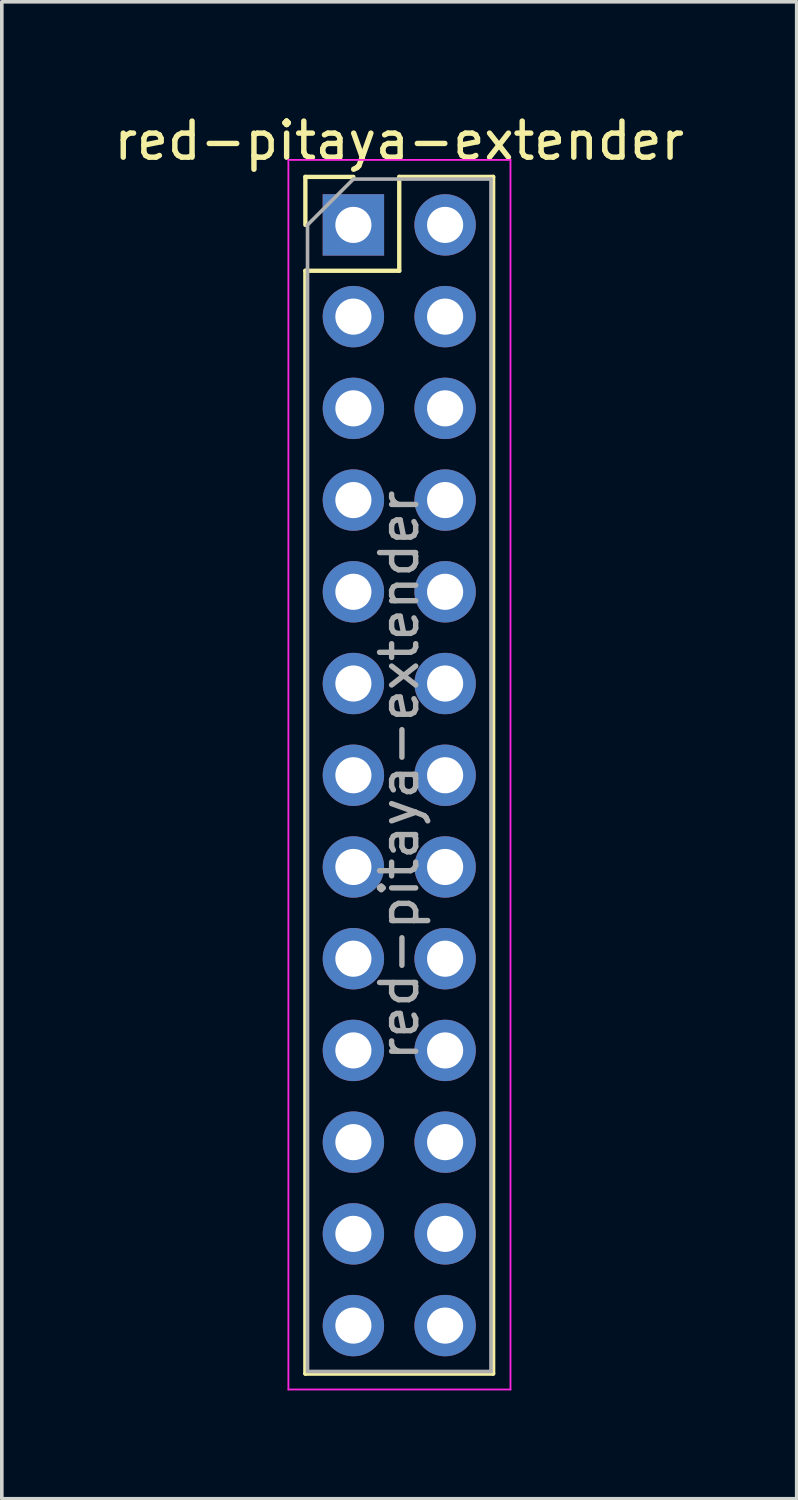
<source format=kicad_pcb>
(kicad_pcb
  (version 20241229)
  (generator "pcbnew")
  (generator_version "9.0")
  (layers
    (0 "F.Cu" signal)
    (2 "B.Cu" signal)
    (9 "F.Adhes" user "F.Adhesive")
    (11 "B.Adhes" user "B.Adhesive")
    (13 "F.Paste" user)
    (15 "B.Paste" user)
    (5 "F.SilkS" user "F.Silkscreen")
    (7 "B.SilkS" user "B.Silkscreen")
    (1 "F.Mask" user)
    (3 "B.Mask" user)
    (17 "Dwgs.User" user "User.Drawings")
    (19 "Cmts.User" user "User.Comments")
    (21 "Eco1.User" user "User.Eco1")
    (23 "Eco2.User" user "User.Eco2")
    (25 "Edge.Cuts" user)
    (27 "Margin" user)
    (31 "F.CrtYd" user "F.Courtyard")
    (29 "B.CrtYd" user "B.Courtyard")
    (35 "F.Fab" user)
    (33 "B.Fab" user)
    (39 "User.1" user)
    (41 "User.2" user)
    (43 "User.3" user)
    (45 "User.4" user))
  (footprint "red-pitaya-extender"
    (layer "F.Cu")
    (at 6.736 3.178)
    (property "Reference" "red-pitaya-extender" (at 1.27 -2.33 0) (layer "F.SilkS") (effects (font (size 1 1) (thickness 0.15))))
    (attr through_hole)
    (fp_line (start -1.33 -1.33) (end 0 -1.33) (stroke (width 0.12) (type solid)) (layer "F.SilkS"))
    (fp_line (start -1.33 0) (end -1.33 -1.33) (stroke (width 0.12) (type solid)) (layer "F.SilkS"))
    (fp_line (start -1.33 1.27) (end -1.33 31.81) (stroke (width 0.12) (type solid)) (layer "F.SilkS"))
    (fp_line (start -1.33 1.27) (end 1.27 1.27) (stroke (width 0.12) (type solid)) (layer "F.SilkS"))
    (fp_line (start -1.33 31.81) (end 3.87 31.81) (stroke (width 0.12) (type solid)) (layer "F.SilkS"))
    (fp_line (start 1.27 -1.33) (end 3.87 -1.33) (stroke (width 0.12) (type solid)) (layer "F.SilkS"))
    (fp_line (start 1.27 1.27) (end 1.27 -1.33) (stroke (width 0.12) (type solid)) (layer "F.SilkS"))
    (fp_line (start 3.87 -1.33) (end 3.87 31.81) (stroke (width 0.12) (type solid)) (layer "F.SilkS"))
    (fp_line (start -1.8 -1.8) (end -1.8 32.25) (stroke (width 0.05) (type solid)) (layer "F.CrtYd"))
    (fp_line (start -1.8 32.25) (end 4.35 32.25) (stroke (width 0.05) (type solid)) (layer "F.CrtYd"))
    (fp_line (start 4.35 -1.8) (end -1.8 -1.8) (stroke (width 0.05) (type solid)) (layer "F.CrtYd"))
    (fp_line (start 4.35 32.25) (end 4.35 -1.8) (stroke (width 0.05) (type solid)) (layer "F.CrtYd"))
    (fp_line (start -1.27 0) (end 0 -1.27) (stroke (width 0.1) (type solid)) (layer "F.Fab"))
    (fp_line (start -1.27 31.75) (end -1.27 0) (stroke (width 0.1) (type solid)) (layer "F.Fab"))
    (fp_line (start 0 -1.27) (end 3.81 -1.27) (stroke (width 0.1) (type solid)) (layer "F.Fab"))
    (fp_line (start 3.81 -1.27) (end 3.81 31.75) (stroke (width 0.1) (type solid)) (layer "F.Fab"))
    (fp_line (start 3.81 31.75) (end -1.27 31.75) (stroke (width 0.1) (type solid)) (layer "F.Fab"))
    (fp_text user "${REFERENCE}" (at 1.27 15.24 90) (layer "F.Fab") (effects (font (size 1 1) (thickness 0.15))))
    (pad "1" thru_hole rect (at 0 0) (size 1.7 1.7) (drill 1) (layers "*.Cu" "*.Mask"))
    (pad "2" thru_hole oval (at 2.54 0) (size 1.7 1.7) (drill 1) (layers "*.Cu" "*.Mask"))
    (pad "3" thru_hole oval (at 0 2.54) (size 1.7 1.7) (drill 1) (layers "*.Cu" "*.Mask"))
    (pad "4" thru_hole oval (at 2.54 2.54) (size 1.7 1.7) (drill 1) (layers "*.Cu" "*.Mask"))
    (pad "5" thru_hole oval (at 0 5.08) (size 1.7 1.7) (drill 1) (layers "*.Cu" "*.Mask"))
    (pad "6" thru_hole oval (at 2.54 5.08) (size 1.7 1.7) (drill 1) (layers "*.Cu" "*.Mask"))
    (pad "7" thru_hole oval (at 0 7.62) (size 1.7 1.7) (drill 1) (layers "*.Cu" "*.Mask"))
    (pad "8" thru_hole oval (at 2.54 7.62) (size 1.7 1.7) (drill 1) (layers "*.Cu" "*.Mask"))
    (pad "9" thru_hole oval (at 0 10.16) (size 1.7 1.7) (drill 1) (layers "*.Cu" "*.Mask"))
    (pad "10" thru_hole oval (at 2.54 10.16) (size 1.7 1.7) (drill 1) (layers "*.Cu" "*.Mask"))
    (pad "11" thru_hole oval (at 0 12.7) (size 1.7 1.7) (drill 1) (layers "*.Cu" "*.Mask"))
    (pad "12" thru_hole oval (at 2.54 12.7) (size 1.7 1.7) (drill 1) (layers "*.Cu" "*.Mask"))
    (pad "13" thru_hole oval (at 0 15.24) (size 1.7 1.7) (drill 1) (layers "*.Cu" "*.Mask"))
    (pad "14" thru_hole oval (at 2.54 15.24) (size 1.7 1.7) (drill 1) (layers "*.Cu" "*.Mask"))
    (pad "15" thru_hole oval (at 0 17.78) (size 1.7 1.7) (drill 1) (layers "*.Cu" "*.Mask"))
    (pad "16" thru_hole oval (at 2.54 17.78) (size 1.7 1.7) (drill 1) (layers "*.Cu" "*.Mask"))
    (pad "17" thru_hole oval (at 0 20.32) (size 1.7 1.7) (drill 1) (layers "*.Cu" "*.Mask"))
    (pad "18" thru_hole oval (at 2.54 20.32) (size 1.7 1.7) (drill 1) (layers "*.Cu" "*.Mask"))
    (pad "19" thru_hole oval (at 0 22.86) (size 1.7 1.7) (drill 1) (layers "*.Cu" "*.Mask"))
    (pad "20" thru_hole oval (at 2.54 22.86) (size 1.7 1.7) (drill 1) (layers "*.Cu" "*.Mask"))
    (pad "21" thru_hole oval (at 0 25.4) (size 1.7 1.7) (drill 1) (layers "*.Cu" "*.Mask"))
    (pad "22" thru_hole oval (at 2.54 25.4) (size 1.7 1.7) (drill 1) (layers "*.Cu" "*.Mask"))
    (pad "23" thru_hole oval (at 0 27.94) (size 1.7 1.7) (drill 1) (layers "*.Cu" "*.Mask"))
    (pad "24" thru_hole oval (at 2.54 27.94) (size 1.7 1.7) (drill 1) (layers "*.Cu" "*.Mask"))
    (pad "25" thru_hole oval (at 0 30.48) (size 1.7 1.7) (drill 1) (layers "*.Cu" "*.Mask"))
    (pad "26" thru_hole oval (at 2.54 30.48) (size 1.7 1.7) (drill 1) (layers "*.Cu" "*.Mask")))
  (gr_rect
    (start -3 -3)
    (end 19.012 38.453)
    (stroke (width 0.1) (type default))
    (fill no)
    (layer "Edge.Cuts")))
</source>
